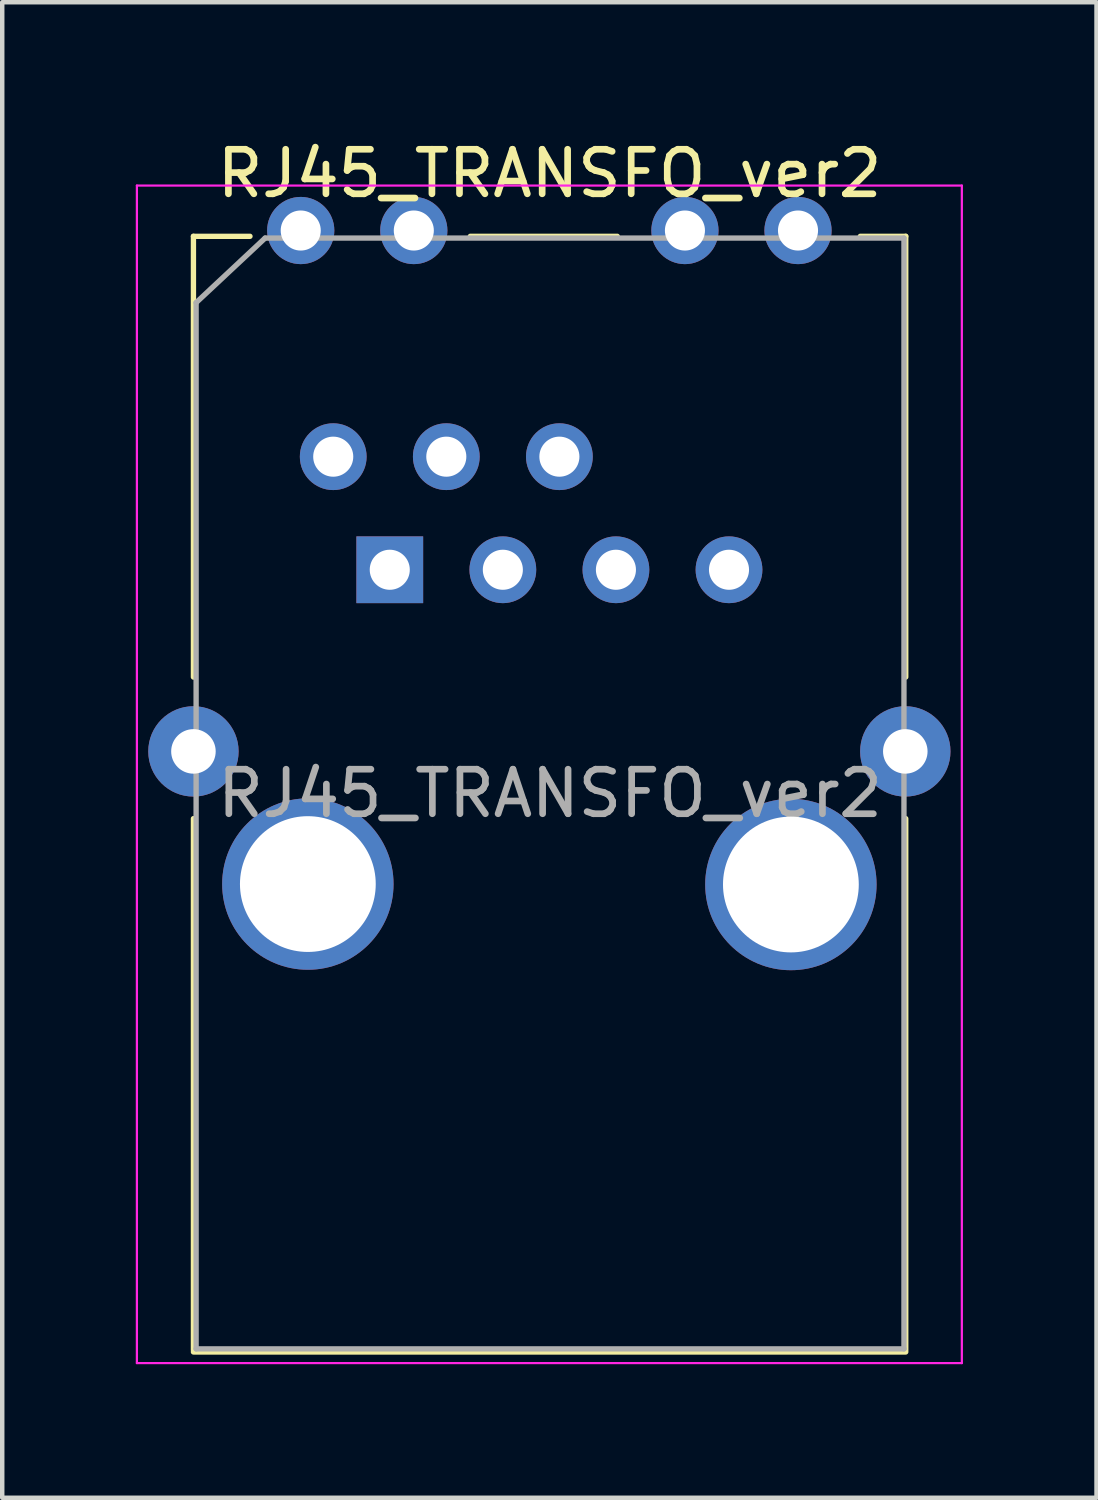
<source format=kicad_pcb>
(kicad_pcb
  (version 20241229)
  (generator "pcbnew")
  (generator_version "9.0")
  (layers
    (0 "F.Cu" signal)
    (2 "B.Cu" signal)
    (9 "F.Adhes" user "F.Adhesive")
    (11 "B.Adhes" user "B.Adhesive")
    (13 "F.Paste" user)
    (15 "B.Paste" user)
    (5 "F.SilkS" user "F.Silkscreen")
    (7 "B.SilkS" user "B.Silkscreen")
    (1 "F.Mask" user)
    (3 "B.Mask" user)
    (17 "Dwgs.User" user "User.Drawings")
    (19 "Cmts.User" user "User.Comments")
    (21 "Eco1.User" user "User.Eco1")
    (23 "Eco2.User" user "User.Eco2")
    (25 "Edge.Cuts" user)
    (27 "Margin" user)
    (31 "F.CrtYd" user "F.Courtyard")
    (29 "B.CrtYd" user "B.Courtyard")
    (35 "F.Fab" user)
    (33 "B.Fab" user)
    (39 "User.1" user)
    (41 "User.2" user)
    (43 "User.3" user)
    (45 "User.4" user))
  (footprint "RJ45_TRANSFO_ver2"
    (layer "F.Cu")
    (at 5.705 9.748)
    (property "Reference" "RJ45_TRANSFO_ver2" (at 3.59 -8.9 0) (layer "F.SilkS") (effects (font (size 1 1) (thickness 0.15))))
    (attr through_hole)
    (fp_line (start -4.41 -7.49) (end -3.14 -7.49) (stroke (width 0.12) (type solid)) (layer "F.SilkS"))
    (fp_line (start -4.41 2.41) (end -4.41 -7.49) (stroke (width 0.12) (type solid)) (layer "F.SilkS"))
    (fp_line (start -4.41 17.53) (end -4.41 5.59) (stroke (width 0.12) (type solid)) (layer "F.SilkS"))
    (fp_line (start -4.41 17.57) (end 11.59 17.57) (stroke (width 0.12) (type solid)) (layer "F.SilkS"))
    (fp_line (start 1.81 -7.49) (end 5.11 -7.49) (stroke (width 0.12) (type solid)) (layer "F.SilkS"))
    (fp_line (start 11.59 -7.49) (end 10.57 -7.49) (stroke (width 0.12) (type solid)) (layer "F.SilkS"))
    (fp_line (start 11.59 2.41) (end 11.59 -7.49) (stroke (width 0.12) (type solid)) (layer "F.SilkS"))
    (fp_line (start 11.59 17.53) (end 11.59 5.59) (stroke (width 0.12) (type solid)) (layer "F.SilkS"))
    (fp_line (start -5.68 -8.63) (end -5.68 17.82) (stroke (width 0.05) (type solid)) (layer "F.CrtYd"))
    (fp_line (start -5.68 -8.63) (end 12.85 -8.63) (stroke (width 0.05) (type solid)) (layer "F.CrtYd"))
    (fp_line (start 12.85 17.82) (end -5.68 17.82) (stroke (width 0.05) (type solid)) (layer "F.CrtYd"))
    (fp_line (start 12.85 17.82) (end 12.85 -8.63) (stroke (width 0.05) (type solid)) (layer "F.CrtYd"))
    (fp_line (start -4.35 -6) (end -2.8 -7.45) (stroke (width 0.12) (type solid)) (layer "F.Fab"))
    (fp_line (start -4.35 17.5) (end -4.35 -6) (stroke (width 0.12) (type solid)) (layer "F.Fab"))
    (fp_line (start -2.8 -7.45) (end 11.55 -7.45) (stroke (width 0.12) (type solid)) (layer "F.Fab"))
    (fp_line (start 11.55 -7.45) (end 11.55 17.5) (stroke (width 0.12) (type solid)) (layer "F.Fab"))
    (fp_line (start 11.55 17.5) (end -4.35 17.5) (stroke (width 0.12) (type solid)) (layer "F.Fab"))
    (fp_text user "${REFERENCE}" (at 3.6 5.025 0) (layer "F.Fab") (effects (font (size 1 1) (thickness 0.15))))
    (pad "" np_thru_hole circle (at -2 -7.62) (size 1.51 1.51) (drill 0.9) (layers "*.Cu" "*.Mask"))
    (pad "" np_thru_hole circle (at -1.84 7.06) (size 3.85 3.85) (drill 3.05) (layers "*.Cu" "*.Mask"))
    (pad "" np_thru_hole circle (at 0.54 -7.62) (size 1.51 1.51) (drill 0.9) (layers "*.Cu" "*.Mask"))
    (pad "" np_thru_hole circle (at 6.63 -7.62) (size 1.51 1.51) (drill 0.9) (layers "*.Cu" "*.Mask"))
    (pad "" np_thru_hole circle (at 9.01 7.07) (size 3.85 3.85) (drill 3.05) (layers "*.Cu" "*.Mask"))
    (pad "" np_thru_hole circle (at 9.17 -7.62) (size 1.51 1.51) (drill 0.9) (layers "*.Cu" "*.Mask"))
    (pad "1" thru_hole rect (at 0 0) (size 1.5 1.5) (drill 0.9) (layers "*.Cu" "*.Mask"))
    (pad "2" thru_hole circle (at -1.27 -2.54) (size 1.5 1.5) (drill 0.9) (layers "*.Cu" "*.Mask"))
    (pad "3" thru_hole circle (at 2.54 0) (size 1.5 1.5) (drill 0.9) (layers "*.Cu" "*.Mask"))
    (pad "4" thru_hole circle (at 1.27 -2.54) (size 1.5 1.5) (drill 0.9) (layers "*.Cu" "*.Mask"))
    (pad "5" thru_hole circle (at 5.08 0) (size 1.5 1.5) (drill 0.9) (layers "*.Cu" "*.Mask"))
    (pad "6" thru_hole circle (at 3.81 -2.54) (size 1.5 1.5) (drill 0.9) (layers "*.Cu" "*.Mask"))
    (pad "7" thru_hole circle (at 7.62 0) (size 1.5 1.5) (drill 0.9) (layers "*.Cu" "*.Mask"))
    (pad "9" thru_hole circle (at -4.41 4.08) (size 2.03 2.03) (drill 1) (layers "*.Cu" "*.Mask"))
    (pad "9" thru_hole circle (at 11.58 4.08) (size 2.03 2.03) (drill 1) (layers "*.Cu" "*.Mask")))
  (gr_rect
    (start -3 -3)
    (end 21.58 30.593)
    (stroke (width 0.1) (type default))
    (fill no)
    (layer "Edge.Cuts")))
</source>
